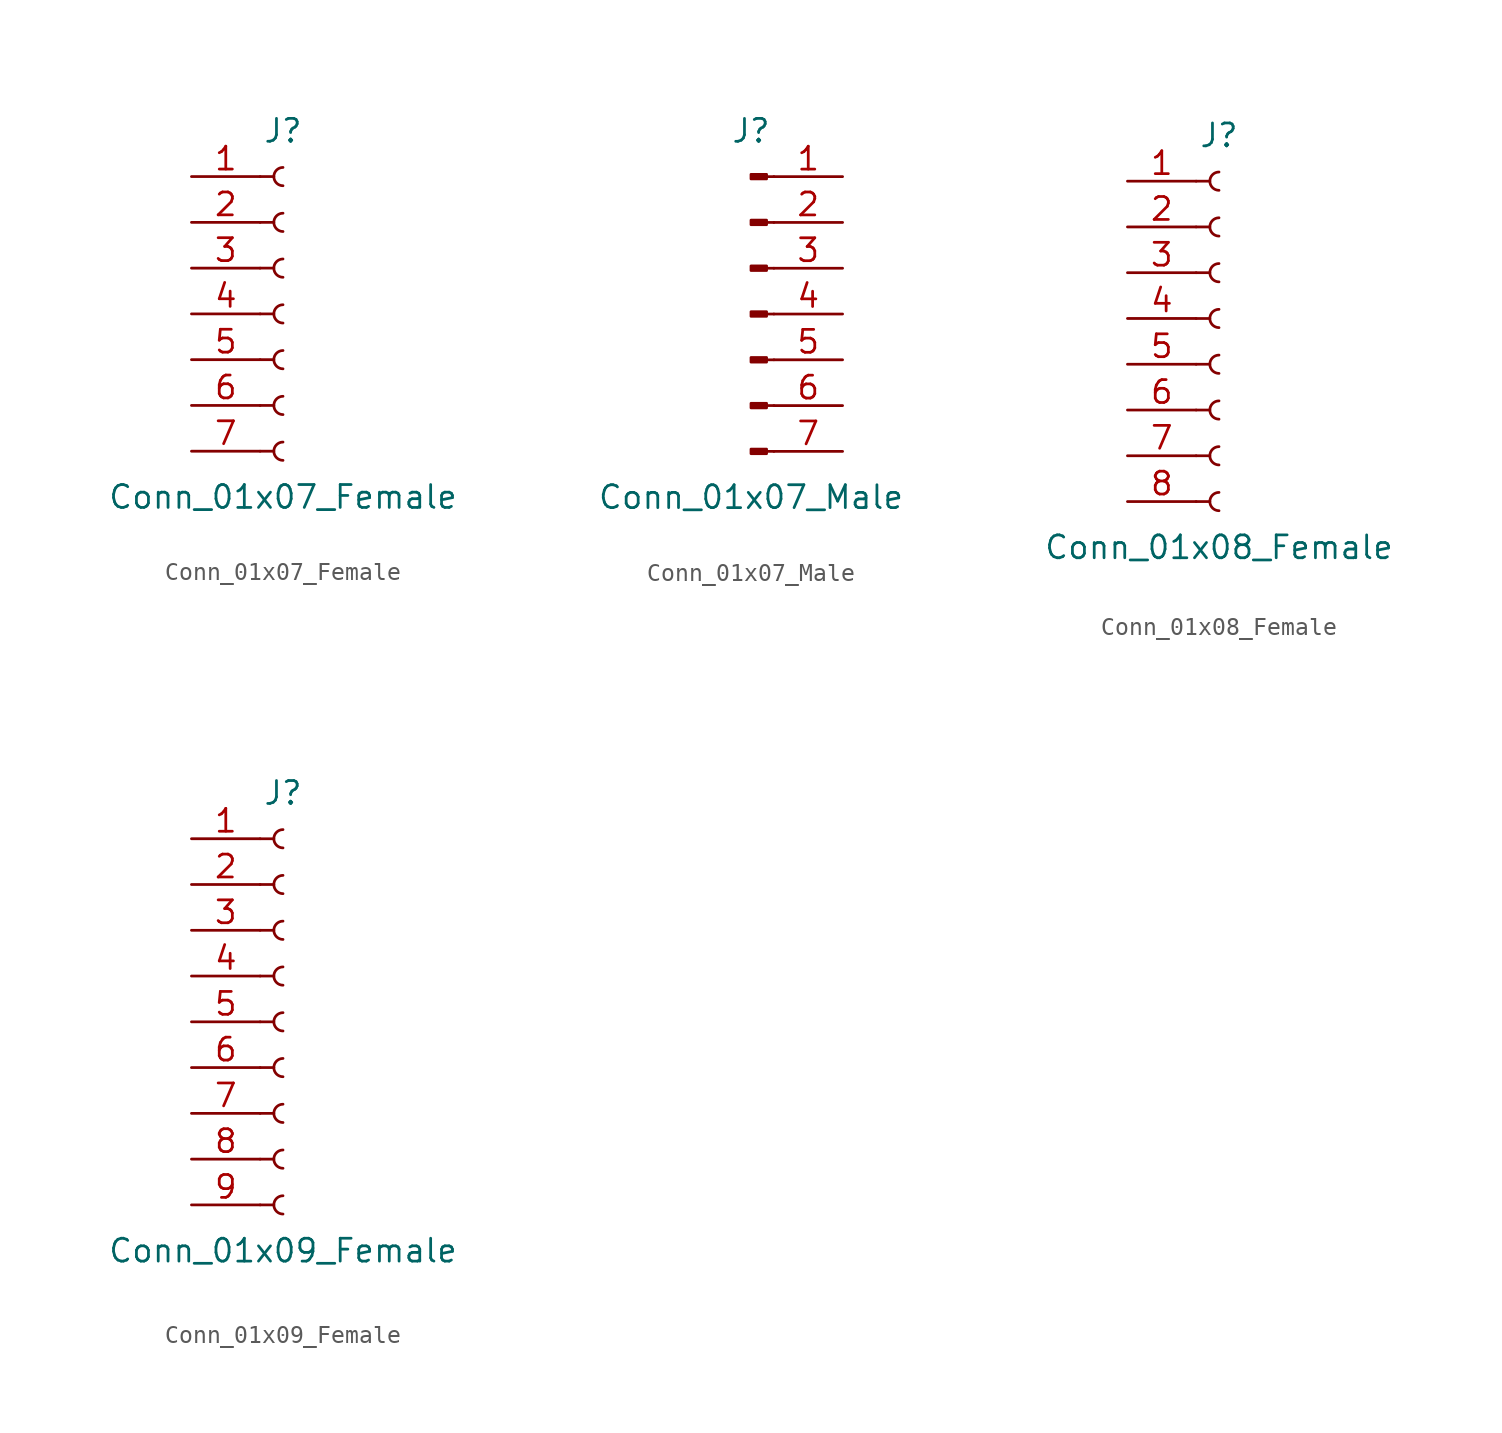
<source format=kicad_sym>
(kicad_symbol_lib
  (version 20201005)
  (generator kicad_symbol_editor)
  (symbol "Connector:Conn_01x07_Female"
    (pin_names
      (offset 1.016) hide)
    (property "Reference" "J"
      (at 0 10.16 0)
      (effects (font (size 1.27 1.27))))
    (property "Value" "Conn_01x07_Female"
      (at 0 -10.16 0)
      (effects (font (size 1.27 1.27))))
    (symbol "Conn_01x07_Female_1_1"
      (arc (start 0 -7.112) (end 0 -8.128) (radius (at 0 -7.62) (length 0.508) (angles 90.1 -90.1)) (stroke (width 0.1524)) (fill (type none)))
      (arc (start 0 -4.572) (end 0 -5.588) (radius (at 0 -5.08) (length 0.508) (angles 90.1 -90.1)) (stroke (width 0.1524)) (fill (type none)))
      (arc (start 0 -2.032) (end 0 -3.048) (radius (at 0 -2.54) (length 0.508) (angles 90.1 -90.1)) (stroke (width 0.1524)) (fill (type none)))
      (arc (start 0 0.508) (end 0 -0.508) (radius (at 0 0) (length 0.508) (angles 90.1 -90.1)) (stroke (width 0.1524)) (fill (type none)))
      (arc (start 0 3.048) (end 0 2.032) (radius (at 0 2.54) (length 0.508) (angles 90.1 -90.1)) (stroke (width 0.1524)) (fill (type none)))
      (arc (start 0 5.588) (end 0 4.572) (radius (at 0 5.08) (length 0.508) (angles 90.1 -90.1)) (stroke (width 0.1524)) (fill (type none)))
      (arc (start 0 8.128) (end 0 7.112) (radius (at 0 7.62) (length 0.508) (angles 90.1 -90.1)) (stroke (width 0.1524)) (fill (type none)))
      (polyline (pts (xy -1.27 -7.62) (xy -0.508 -7.62)) (stroke (width 0.152)) (fill (type none)))
      (polyline (pts (xy -1.27 -5.08) (xy -0.508 -5.08)) (stroke (width 0.152)) (fill (type none)))
      (polyline (pts (xy -1.27 -2.54) (xy -0.508 -2.54)) (stroke (width 0.152)) (fill (type none)))
      (polyline (pts (xy -1.27 0) (xy -0.508 0)) (stroke (width 0.152)) (fill (type none)))
      (polyline (pts (xy -1.27 2.54) (xy -0.508 2.54)) (stroke (width 0.152)) (fill (type none)))
      (polyline (pts (xy -1.27 5.08) (xy -0.508 5.08)) (stroke (width 0.152)) (fill (type none)))
      (polyline (pts (xy -1.27 7.62) (xy -0.508 7.62)) (stroke (width 0.152)) (fill (type none)))
      (pin passive line (at -5.08 7.62 0) (length 3.81) (name "Pin_1" (effects (font (size 1.27 1.27)))) (number "1" (effects (font (size 1.27 1.27)))))
      (pin passive line (at -5.08 5.08 0) (length 3.81) (name "Pin_2" (effects (font (size 1.27 1.27)))) (number "2" (effects (font (size 1.27 1.27)))))
      (pin passive line (at -5.08 2.54 0) (length 3.81) (name "Pin_3" (effects (font (size 1.27 1.27)))) (number "3" (effects (font (size 1.27 1.27)))))
      (pin passive line (at -5.08 0 0) (length 3.81) (name "Pin_4" (effects (font (size 1.27 1.27)))) (number "4" (effects (font (size 1.27 1.27)))))
      (pin passive line (at -5.08 -2.54 0) (length 3.81) (name "Pin_5" (effects (font (size 1.27 1.27)))) (number "5" (effects (font (size 1.27 1.27)))))
      (pin passive line (at -5.08 -5.08 0) (length 3.81) (name "Pin_6" (effects (font (size 1.27 1.27)))) (number "6" (effects (font (size 1.27 1.27)))))
      (pin passive line (at -5.08 -7.62 0) (length 3.81) (name "Pin_7" (effects (font (size 1.27 1.27)))) (number "7" (effects (font (size 1.27 1.27)))))))
  (symbol "Connector:Conn_01x07_Male"
    (pin_names
      (offset 1.016) hide)
    (property "Reference" "J"
      (at 0 10.16 0)
      (effects (font (size 1.27 1.27))))
    (property "Value" "Conn_01x07_Male"
      (at 0 -10.16 0)
      (effects (font (size 1.27 1.27))))
    (symbol "Conn_01x07_Male_1_1"
      (rectangle (start 0.864 -7.493) (end 0 -7.747) (stroke (width 0.152)) (fill (type outline)))
      (rectangle (start 0.864 -4.953) (end 0 -5.207) (stroke (width 0.152)) (fill (type outline)))
      (rectangle (start 0.864 -2.413) (end 0 -2.667) (stroke (width 0.152)) (fill (type outline)))
      (rectangle (start 0.864 0.127) (end 0 -0.127) (stroke (width 0.152)) (fill (type outline)))
      (rectangle (start 0.864 2.667) (end 0 2.413) (stroke (width 0.152)) (fill (type outline)))
      (rectangle (start 0.864 5.207) (end 0 4.953) (stroke (width 0.152)) (fill (type outline)))
      (rectangle (start 0.864 7.747) (end 0 7.493) (stroke (width 0.152)) (fill (type outline)))
      (polyline (pts (xy 1.27 -7.62) (xy 0.864 -7.62)) (stroke (width 0.152)) (fill (type none)))
      (polyline (pts (xy 1.27 -5.08) (xy 0.864 -5.08)) (stroke (width 0.152)) (fill (type none)))
      (polyline (pts (xy 1.27 -2.54) (xy 0.864 -2.54)) (stroke (width 0.152)) (fill (type none)))
      (polyline (pts (xy 1.27 0) (xy 0.864 0)) (stroke (width 0.152)) (fill (type none)))
      (polyline (pts (xy 1.27 2.54) (xy 0.864 2.54)) (stroke (width 0.152)) (fill (type none)))
      (polyline (pts (xy 1.27 5.08) (xy 0.864 5.08)) (stroke (width 0.152)) (fill (type none)))
      (polyline (pts (xy 1.27 7.62) (xy 0.864 7.62)) (stroke (width 0.152)) (fill (type none)))
      (pin passive line (at 5.08 7.62 180) (length 3.81) (name "Pin_1" (effects (font (size 1.27 1.27)))) (number "1" (effects (font (size 1.27 1.27)))))
      (pin passive line (at 5.08 5.08 180) (length 3.81) (name "Pin_2" (effects (font (size 1.27 1.27)))) (number "2" (effects (font (size 1.27 1.27)))))
      (pin passive line (at 5.08 2.54 180) (length 3.81) (name "Pin_3" (effects (font (size 1.27 1.27)))) (number "3" (effects (font (size 1.27 1.27)))))
      (pin passive line (at 5.08 0 180) (length 3.81) (name "Pin_4" (effects (font (size 1.27 1.27)))) (number "4" (effects (font (size 1.27 1.27)))))
      (pin passive line (at 5.08 -2.54 180) (length 3.81) (name "Pin_5" (effects (font (size 1.27 1.27)))) (number "5" (effects (font (size 1.27 1.27)))))
      (pin passive line (at 5.08 -5.08 180) (length 3.81) (name "Pin_6" (effects (font (size 1.27 1.27)))) (number "6" (effects (font (size 1.27 1.27)))))
      (pin passive line (at 5.08 -7.62 180) (length 3.81) (name "Pin_7" (effects (font (size 1.27 1.27)))) (number "7" (effects (font (size 1.27 1.27)))))))
  (symbol "Connector:Conn_01x08_Female"
    (pin_names
      (offset 1.016) hide)
    (property "Reference" "J"
      (at 0 10.16 0)
      (effects (font (size 1.27 1.27))))
    (property "Value" "Conn_01x08_Female"
      (at 0 -12.7 0)
      (effects (font (size 1.27 1.27))))
    (symbol "Conn_01x08_Female_1_1"
      (arc (start 0 -9.652) (end 0 -10.668) (radius (at 0 -10.16) (length 0.508) (angles 90.1 -90.1)) (stroke (width 0.1524)) (fill (type none)))
      (arc (start 0 -7.112) (end 0 -8.128) (radius (at 0 -7.62) (length 0.508) (angles 90.1 -90.1)) (stroke (width 0.1524)) (fill (type none)))
      (arc (start 0 -4.572) (end 0 -5.588) (radius (at 0 -5.08) (length 0.508) (angles 90.1 -90.1)) (stroke (width 0.1524)) (fill (type none)))
      (arc (start 0 -2.032) (end 0 -3.048) (radius (at 0 -2.54) (length 0.508) (angles 90.1 -90.1)) (stroke (width 0.1524)) (fill (type none)))
      (arc (start 0 0.508) (end 0 -0.508) (radius (at 0 0) (length 0.508) (angles 90.1 -90.1)) (stroke (width 0.1524)) (fill (type none)))
      (arc (start 0 3.048) (end 0 2.032) (radius (at 0 2.54) (length 0.508) (angles 90.1 -90.1)) (stroke (width 0.1524)) (fill (type none)))
      (arc (start 0 5.588) (end 0 4.572) (radius (at 0 5.08) (length 0.508) (angles 90.1 -90.1)) (stroke (width 0.1524)) (fill (type none)))
      (arc (start 0 8.128) (end 0 7.112) (radius (at 0 7.62) (length 0.508) (angles 90.1 -90.1)) (stroke (width 0.1524)) (fill (type none)))
      (polyline (pts (xy -1.27 -10.16) (xy -0.508 -10.16)) (stroke (width 0.152)) (fill (type none)))
      (polyline (pts (xy -1.27 -7.62) (xy -0.508 -7.62)) (stroke (width 0.152)) (fill (type none)))
      (polyline (pts (xy -1.27 -5.08) (xy -0.508 -5.08)) (stroke (width 0.152)) (fill (type none)))
      (polyline (pts (xy -1.27 -2.54) (xy -0.508 -2.54)) (stroke (width 0.152)) (fill (type none)))
      (polyline (pts (xy -1.27 0) (xy -0.508 0)) (stroke (width 0.152)) (fill (type none)))
      (polyline (pts (xy -1.27 2.54) (xy -0.508 2.54)) (stroke (width 0.152)) (fill (type none)))
      (polyline (pts (xy -1.27 5.08) (xy -0.508 5.08)) (stroke (width 0.152)) (fill (type none)))
      (polyline (pts (xy -1.27 7.62) (xy -0.508 7.62)) (stroke (width 0.152)) (fill (type none)))
      (pin passive line (at -5.08 7.62 0) (length 3.81) (name "Pin_1" (effects (font (size 1.27 1.27)))) (number "1" (effects (font (size 1.27 1.27)))))
      (pin passive line (at -5.08 5.08 0) (length 3.81) (name "Pin_2" (effects (font (size 1.27 1.27)))) (number "2" (effects (font (size 1.27 1.27)))))
      (pin passive line (at -5.08 2.54 0) (length 3.81) (name "Pin_3" (effects (font (size 1.27 1.27)))) (number "3" (effects (font (size 1.27 1.27)))))
      (pin passive line (at -5.08 0 0) (length 3.81) (name "Pin_4" (effects (font (size 1.27 1.27)))) (number "4" (effects (font (size 1.27 1.27)))))
      (pin passive line (at -5.08 -2.54 0) (length 3.81) (name "Pin_5" (effects (font (size 1.27 1.27)))) (number "5" (effects (font (size 1.27 1.27)))))
      (pin passive line (at -5.08 -5.08 0) (length 3.81) (name "Pin_6" (effects (font (size 1.27 1.27)))) (number "6" (effects (font (size 1.27 1.27)))))
      (pin passive line (at -5.08 -7.62 0) (length 3.81) (name "Pin_7" (effects (font (size 1.27 1.27)))) (number "7" (effects (font (size 1.27 1.27)))))
      (pin passive line (at -5.08 -10.16 0) (length 3.81) (name "Pin_8" (effects (font (size 1.27 1.27)))) (number "8" (effects (font (size 1.27 1.27)))))))
  (symbol "Connector:Conn_01x09_Female"
    (pin_names
      (offset 1.016) hide)
    (property "Reference" "J"
      (at 0 12.7 0)
      (effects (font (size 1.27 1.27))))
    (property "Value" "Conn_01x09_Female"
      (at 0 -12.7 0)
      (effects (font (size 1.27 1.27))))
    (symbol "Conn_01x09_Female_1_1"
      (arc (start 0 -9.652) (end 0 -10.668) (radius (at 0 -10.16) (length 0.508) (angles 90.1 -90.1)) (stroke (width 0.1524)) (fill (type none)))
      (arc (start 0 -7.112) (end 0 -8.128) (radius (at 0 -7.62) (length 0.508) (angles 90.1 -90.1)) (stroke (width 0.1524)) (fill (type none)))
      (arc (start 0 -4.572) (end 0 -5.588) (radius (at 0 -5.08) (length 0.508) (angles 90.1 -90.1)) (stroke (width 0.1524)) (fill (type none)))
      (arc (start 0 -2.032) (end 0 -3.048) (radius (at 0 -2.54) (length 0.508) (angles 90.1 -90.1)) (stroke (width 0.1524)) (fill (type none)))
      (arc (start 0 0.508) (end 0 -0.508) (radius (at 0 0) (length 0.508) (angles 90.1 -90.1)) (stroke (width 0.1524)) (fill (type none)))
      (arc (start 0 3.048) (end 0 2.032) (radius (at 0 2.54) (length 0.508) (angles 90.1 -90.1)) (stroke (width 0.1524)) (fill (type none)))
      (arc (start 0 5.588) (end 0 4.572) (radius (at 0 5.08) (length 0.508) (angles 90.1 -90.1)) (stroke (width 0.1524)) (fill (type none)))
      (arc (start 0 8.128) (end 0 7.112) (radius (at 0 7.62) (length 0.508) (angles 90.1 -90.1)) (stroke (width 0.1524)) (fill (type none)))
      (arc (start 0 10.668) (end 0 9.652) (radius (at 0 10.16) (length 0.508) (angles 90.1 -90.1)) (stroke (width 0.1524)) (fill (type none)))
      (polyline (pts (xy -1.27 -10.16) (xy -0.508 -10.16)) (stroke (width 0.152)) (fill (type none)))
      (polyline (pts (xy -1.27 -7.62) (xy -0.508 -7.62)) (stroke (width 0.152)) (fill (type none)))
      (polyline (pts (xy -1.27 -5.08) (xy -0.508 -5.08)) (stroke (width 0.152)) (fill (type none)))
      (polyline (pts (xy -1.27 -2.54) (xy -0.508 -2.54)) (stroke (width 0.152)) (fill (type none)))
      (polyline (pts (xy -1.27 0) (xy -0.508 0)) (stroke (width 0.152)) (fill (type none)))
      (polyline (pts (xy -1.27 2.54) (xy -0.508 2.54)) (stroke (width 0.152)) (fill (type none)))
      (polyline (pts (xy -1.27 5.08) (xy -0.508 5.08)) (stroke (width 0.152)) (fill (type none)))
      (polyline (pts (xy -1.27 7.62) (xy -0.508 7.62)) (stroke (width 0.152)) (fill (type none)))
      (polyline (pts (xy -1.27 10.16) (xy -0.508 10.16)) (stroke (width 0.152)) (fill (type none)))
      (pin passive line (at -5.08 10.16 0) (length 3.81) (name "Pin_1" (effects (font (size 1.27 1.27)))) (number "1" (effects (font (size 1.27 1.27)))))
      (pin passive line (at -5.08 7.62 0) (length 3.81) (name "Pin_2" (effects (font (size 1.27 1.27)))) (number "2" (effects (font (size 1.27 1.27)))))
      (pin passive line (at -5.08 5.08 0) (length 3.81) (name "Pin_3" (effects (font (size 1.27 1.27)))) (number "3" (effects (font (size 1.27 1.27)))))
      (pin passive line (at -5.08 2.54 0) (length 3.81) (name "Pin_4" (effects (font (size 1.27 1.27)))) (number "4" (effects (font (size 1.27 1.27)))))
      (pin passive line (at -5.08 0 0) (length 3.81) (name "Pin_5" (effects (font (size 1.27 1.27)))) (number "5" (effects (font (size 1.27 1.27)))))
      (pin passive line (at -5.08 -2.54 0) (length 3.81) (name "Pin_6" (effects (font (size 1.27 1.27)))) (number "6" (effects (font (size 1.27 1.27)))))
      (pin passive line (at -5.08 -5.08 0) (length 3.81) (name "Pin_7" (effects (font (size 1.27 1.27)))) (number "7" (effects (font (size 1.27 1.27)))))
      (pin passive line (at -5.08 -7.62 0) (length 3.81) (name "Pin_8" (effects (font (size 1.27 1.27)))) (number "8" (effects (font (size 1.27 1.27)))))
      (pin passive line (at -5.08 -10.16 0) (length 3.81) (name "Pin_9" (effects (font (size 1.27 1.27)))) (number "9" (effects (font (size 1.27 1.27))))))))
</source>
